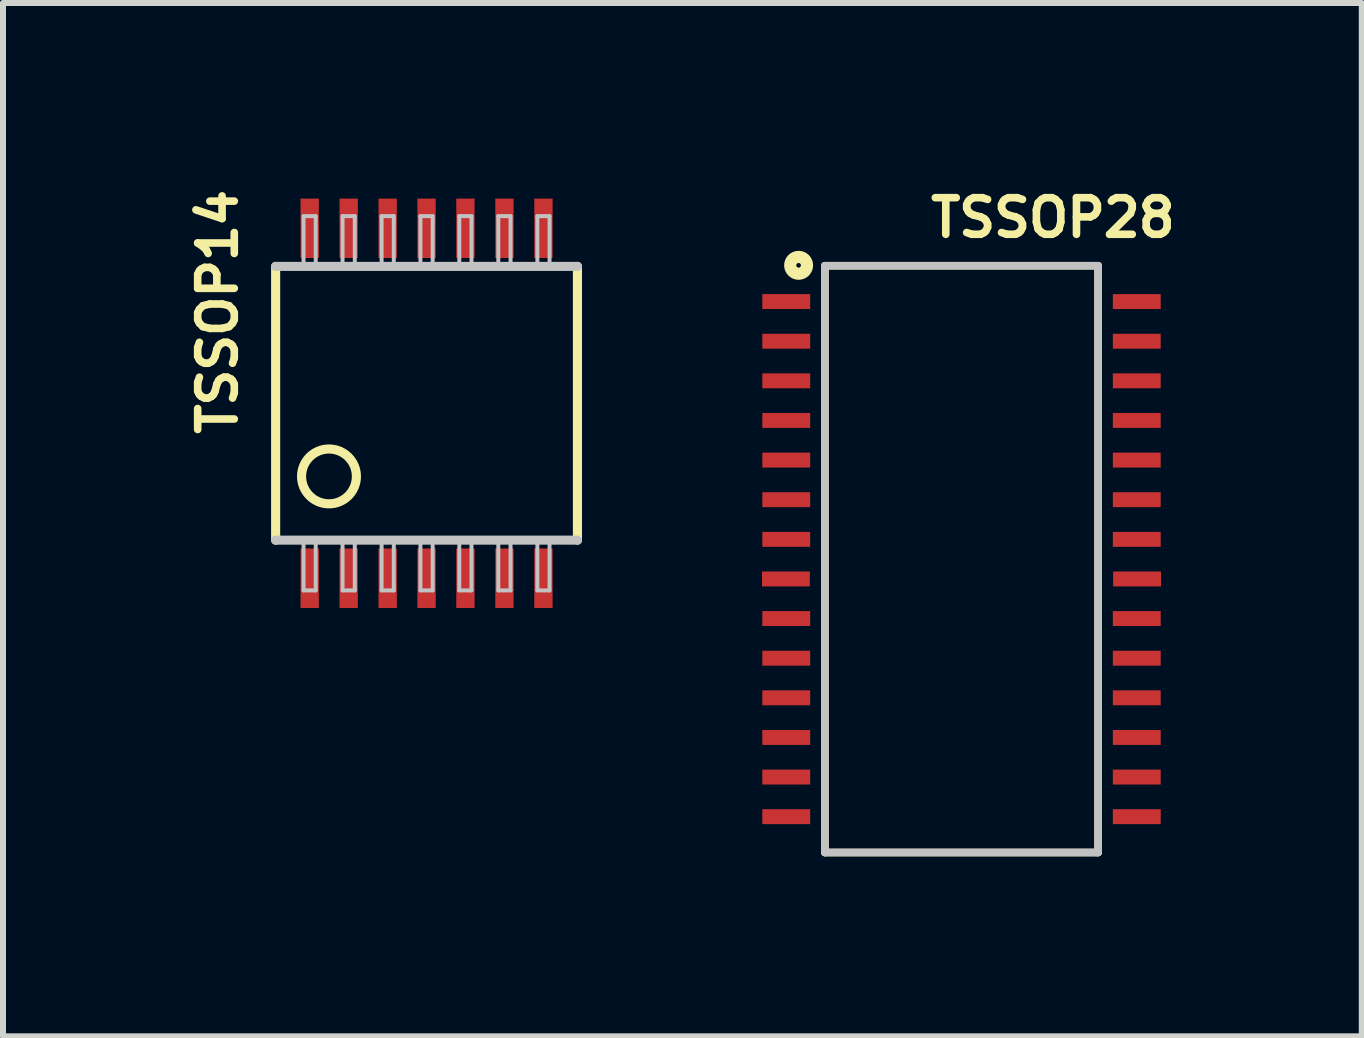
<source format=kicad_pcb>
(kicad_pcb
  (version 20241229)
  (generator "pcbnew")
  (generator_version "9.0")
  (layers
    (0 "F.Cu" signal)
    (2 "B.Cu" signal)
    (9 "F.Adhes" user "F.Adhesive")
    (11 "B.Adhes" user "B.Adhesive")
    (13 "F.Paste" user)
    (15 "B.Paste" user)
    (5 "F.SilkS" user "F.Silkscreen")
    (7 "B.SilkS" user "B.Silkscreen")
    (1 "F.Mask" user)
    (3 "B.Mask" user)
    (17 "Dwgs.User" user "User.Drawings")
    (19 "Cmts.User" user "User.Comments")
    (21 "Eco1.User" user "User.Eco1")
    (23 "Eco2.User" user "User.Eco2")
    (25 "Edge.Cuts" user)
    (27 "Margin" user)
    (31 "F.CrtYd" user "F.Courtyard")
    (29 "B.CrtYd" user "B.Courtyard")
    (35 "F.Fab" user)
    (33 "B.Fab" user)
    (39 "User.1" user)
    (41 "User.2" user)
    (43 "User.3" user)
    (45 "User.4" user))
  (footprint "TSSOP14"
    (layer "F.Cu")
    (at 4.059 3.671)
    (property "Reference" "TSSOP14" (at -3.48 -1.524 90) (layer "F.SilkS") (effects (font (size 0.61 0.61) (thickness 0.127))))
    (attr smd)
    (fp_line (start -2.515 2.281) (end -2.515 -2.281) (stroke (width 0.152) (type solid)) (layer "F.SilkS"))
    (fp_line (start 2.515 -2.281) (end 2.515 2.281) (stroke (width 0.152) (type solid)) (layer "F.SilkS"))
    (fp_circle (center -1.626 1.219) (end -1.626 0.762) (stroke (width 0.152) (type solid)) (fill no) (layer "F.SilkS"))
    (fp_line (start -2.515 2.281) (end 2.515 2.281) (stroke (width 0.152) (type solid)) (layer "Dwgs.User"))
    (fp_line (start -2.05 -3.119) (end -1.847 -3.119) (stroke (width 0.066) (type solid)) (layer "Dwgs.User"))
    (fp_line (start -2.05 -2.281) (end -2.05 -3.119) (stroke (width 0.066) (type solid)) (layer "Dwgs.User"))
    (fp_line (start -2.05 -2.281) (end -1.847 -2.281) (stroke (width 0.066) (type solid)) (layer "Dwgs.User"))
    (fp_line (start -2.05 2.281) (end -1.847 2.281) (stroke (width 0.066) (type solid)) (layer "Dwgs.User"))
    (fp_line (start -2.05 3.119) (end -2.05 2.281) (stroke (width 0.066) (type solid)) (layer "Dwgs.User"))
    (fp_line (start -2.05 3.119) (end -1.847 3.119) (stroke (width 0.066) (type solid)) (layer "Dwgs.User"))
    (fp_line (start -1.847 -2.281) (end -1.847 -3.119) (stroke (width 0.066) (type solid)) (layer "Dwgs.User"))
    (fp_line (start -1.847 3.119) (end -1.847 2.281) (stroke (width 0.066) (type solid)) (layer "Dwgs.User"))
    (fp_line (start -1.4 -3.119) (end -1.196 -3.119) (stroke (width 0.066) (type solid)) (layer "Dwgs.User"))
    (fp_line (start -1.4 -2.281) (end -1.4 -3.119) (stroke (width 0.066) (type solid)) (layer "Dwgs.User"))
    (fp_line (start -1.4 -2.281) (end -1.196 -2.281) (stroke (width 0.066) (type solid)) (layer "Dwgs.User"))
    (fp_line (start -1.4 2.281) (end -1.196 2.281) (stroke (width 0.066) (type solid)) (layer "Dwgs.User"))
    (fp_line (start -1.4 3.119) (end -1.4 2.281) (stroke (width 0.066) (type solid)) (layer "Dwgs.User"))
    (fp_line (start -1.4 3.119) (end -1.196 3.119) (stroke (width 0.066) (type solid)) (layer "Dwgs.User"))
    (fp_line (start -1.196 -2.281) (end -1.196 -3.119) (stroke (width 0.066) (type solid)) (layer "Dwgs.User"))
    (fp_line (start -1.196 3.119) (end -1.196 2.281) (stroke (width 0.066) (type solid)) (layer "Dwgs.User"))
    (fp_line (start -0.749 -3.119) (end -0.546 -3.119) (stroke (width 0.066) (type solid)) (layer "Dwgs.User"))
    (fp_line (start -0.749 -2.281) (end -0.749 -3.119) (stroke (width 0.066) (type solid)) (layer "Dwgs.User"))
    (fp_line (start -0.749 -2.281) (end -0.546 -2.281) (stroke (width 0.066) (type solid)) (layer "Dwgs.User"))
    (fp_line (start -0.749 2.281) (end -0.546 2.281) (stroke (width 0.066) (type solid)) (layer "Dwgs.User"))
    (fp_line (start -0.749 3.119) (end -0.749 2.281) (stroke (width 0.066) (type solid)) (layer "Dwgs.User"))
    (fp_line (start -0.749 3.119) (end -0.546 3.119) (stroke (width 0.066) (type solid)) (layer "Dwgs.User"))
    (fp_line (start -0.546 -2.281) (end -0.546 -3.119) (stroke (width 0.066) (type solid)) (layer "Dwgs.User"))
    (fp_line (start -0.546 3.119) (end -0.546 2.281) (stroke (width 0.066) (type solid)) (layer "Dwgs.User"))
    (fp_line (start -0.102 -3.119) (end 0.102 -3.119) (stroke (width 0.066) (type solid)) (layer "Dwgs.User"))
    (fp_line (start -0.102 -2.281) (end -0.102 -3.119) (stroke (width 0.066) (type solid)) (layer "Dwgs.User"))
    (fp_line (start -0.102 -2.281) (end 0.102 -2.281) (stroke (width 0.066) (type solid)) (layer "Dwgs.User"))
    (fp_line (start -0.102 2.281) (end 0.102 2.281) (stroke (width 0.066) (type solid)) (layer "Dwgs.User"))
    (fp_line (start -0.102 3.119) (end -0.102 2.281) (stroke (width 0.066) (type solid)) (layer "Dwgs.User"))
    (fp_line (start -0.102 3.119) (end 0.102 3.119) (stroke (width 0.066) (type solid)) (layer "Dwgs.User"))
    (fp_line (start 0.102 -2.281) (end 0.102 -3.119) (stroke (width 0.066) (type solid)) (layer "Dwgs.User"))
    (fp_line (start 0.102 3.119) (end 0.102 2.281) (stroke (width 0.066) (type solid)) (layer "Dwgs.User"))
    (fp_line (start 0.546 -3.119) (end 0.749 -3.119) (stroke (width 0.066) (type solid)) (layer "Dwgs.User"))
    (fp_line (start 0.546 -2.281) (end 0.546 -3.119) (stroke (width 0.066) (type solid)) (layer "Dwgs.User"))
    (fp_line (start 0.546 -2.281) (end 0.749 -2.281) (stroke (width 0.066) (type solid)) (layer "Dwgs.User"))
    (fp_line (start 0.546 2.281) (end 0.749 2.281) (stroke (width 0.066) (type solid)) (layer "Dwgs.User"))
    (fp_line (start 0.546 3.119) (end 0.546 2.281) (stroke (width 0.066) (type solid)) (layer "Dwgs.User"))
    (fp_line (start 0.546 3.119) (end 0.749 3.119) (stroke (width 0.066) (type solid)) (layer "Dwgs.User"))
    (fp_line (start 0.749 -2.281) (end 0.749 -3.119) (stroke (width 0.066) (type solid)) (layer "Dwgs.User"))
    (fp_line (start 0.749 3.119) (end 0.749 2.281) (stroke (width 0.066) (type solid)) (layer "Dwgs.User"))
    (fp_line (start 1.196 -3.119) (end 1.4 -3.119) (stroke (width 0.066) (type solid)) (layer "Dwgs.User"))
    (fp_line (start 1.196 -2.281) (end 1.196 -3.119) (stroke (width 0.066) (type solid)) (layer "Dwgs.User"))
    (fp_line (start 1.196 -2.281) (end 1.4 -2.281) (stroke (width 0.066) (type solid)) (layer "Dwgs.User"))
    (fp_line (start 1.196 2.281) (end 1.4 2.281) (stroke (width 0.066) (type solid)) (layer "Dwgs.User"))
    (fp_line (start 1.196 3.119) (end 1.196 2.281) (stroke (width 0.066) (type solid)) (layer "Dwgs.User"))
    (fp_line (start 1.196 3.119) (end 1.4 3.119) (stroke (width 0.066) (type solid)) (layer "Dwgs.User"))
    (fp_line (start 1.4 -2.281) (end 1.4 -3.119) (stroke (width 0.066) (type solid)) (layer "Dwgs.User"))
    (fp_line (start 1.4 3.119) (end 1.4 2.281) (stroke (width 0.066) (type solid)) (layer "Dwgs.User"))
    (fp_line (start 1.847 -3.119) (end 2.05 -3.119) (stroke (width 0.066) (type solid)) (layer "Dwgs.User"))
    (fp_line (start 1.847 -2.281) (end 1.847 -3.119) (stroke (width 0.066) (type solid)) (layer "Dwgs.User"))
    (fp_line (start 1.847 -2.281) (end 2.05 -2.281) (stroke (width 0.066) (type solid)) (layer "Dwgs.User"))
    (fp_line (start 1.847 2.281) (end 2.05 2.281) (stroke (width 0.066) (type solid)) (layer "Dwgs.User"))
    (fp_line (start 1.847 3.119) (end 1.847 2.281) (stroke (width 0.066) (type solid)) (layer "Dwgs.User"))
    (fp_line (start 1.847 3.119) (end 2.05 3.119) (stroke (width 0.066) (type solid)) (layer "Dwgs.User"))
    (fp_line (start 2.05 -2.281) (end 2.05 -3.119) (stroke (width 0.066) (type solid)) (layer "Dwgs.User"))
    (fp_line (start 2.05 3.119) (end 2.05 2.281) (stroke (width 0.066) (type solid)) (layer "Dwgs.User"))
    (fp_line (start 2.515 -2.281) (end -2.515 -2.281) (stroke (width 0.152) (type solid)) (layer "Dwgs.User"))
    (pad "1" smd rect (at -1.948 2.916) (size 0.305 0.991) (layers "F.Cu" "F.Mask" "F.Paste"))
    (pad "2" smd rect (at -1.298 2.916) (size 0.305 0.991) (layers "F.Cu" "F.Mask" "F.Paste"))
    (pad "3" smd rect (at -0.648 2.916) (size 0.305 0.991) (layers "F.Cu" "F.Mask" "F.Paste"))
    (pad "4" smd rect (at 0 2.916) (size 0.305 0.991) (layers "F.Cu" "F.Mask" "F.Paste"))
    (pad "5" smd rect (at 0.648 2.916) (size 0.305 0.991) (layers "F.Cu" "F.Mask" "F.Paste"))
    (pad "6" smd rect (at 1.298 2.916) (size 0.305 0.991) (layers "F.Cu" "F.Mask" "F.Paste"))
    (pad "7" smd rect (at 1.948 2.916) (size 0.305 0.991) (layers "F.Cu" "F.Mask" "F.Paste"))
    (pad "8" smd rect (at 1.948 -2.916) (size 0.305 0.991) (layers "F.Cu" "F.Mask" "F.Paste"))
    (pad "9" smd rect (at 1.298 -2.916) (size 0.305 0.991) (layers "F.Cu" "F.Mask" "F.Paste"))
    (pad "10" smd rect (at 0.648 -2.916) (size 0.305 0.991) (layers "F.Cu" "F.Mask" "F.Paste"))
    (pad "11" smd rect (at 0 -2.916) (size 0.305 0.991) (layers "F.Cu" "F.Mask" "F.Paste"))
    (pad "12" smd rect (at -0.648 -2.916) (size 0.305 0.991) (layers "F.Cu" "F.Mask" "F.Paste"))
    (pad "13" smd rect (at -1.298 -2.916) (size 0.305 0.991) (layers "F.Cu" "F.Mask" "F.Paste"))
    (pad "14" smd rect (at -1.948 -2.916) (size 0.305 0.991) (layers "F.Cu" "F.Mask" "F.Paste")))
  (footprint "TSSOP28"
    (layer "F.Cu")
    (at 12.975 6.599)
    (property "Reference" "TSSOP28" (at 1.524 -6.02 0) (layer "F.SilkS") (effects (font (size 0.61 0.61) (thickness 0.127))))
    (attr smd)
    (fp_line (start -2.276 -5.22) (end 2.276 -5.22) (stroke (width 0.127) (type solid)) (layer "F.SilkS"))
    (fp_line (start -2.276 4.559) (end -2.276 -5.22) (stroke (width 0.127) (type solid)) (layer "F.SilkS"))
    (fp_line (start 2.276 -5.22) (end 2.276 4.559) (stroke (width 0.127) (type solid)) (layer "F.SilkS"))
    (fp_line (start 2.276 4.559) (end -2.276 4.559) (stroke (width 0.127) (type solid)) (layer "F.SilkS"))
    (fp_circle (center -2.715 -5.227) (end -2.715 -5.367) (stroke (width 0.203) (type solid)) (fill no) (layer "F.SilkS"))
    (fp_line (start -2.276 -5.22) (end -2.276 4.559) (stroke (width 0.127) (type solid)) (layer "Dwgs.User"))
    (fp_line (start -2.276 4.559) (end 2.276 4.559) (stroke (width 0.127) (type solid)) (layer "Dwgs.User"))
    (fp_line (start 2.276 -5.22) (end -2.276 -5.22) (stroke (width 0.127) (type solid)) (layer "Dwgs.User"))
    (fp_line (start 2.276 4.559) (end 2.276 -5.22) (stroke (width 0.127) (type solid)) (layer "Dwgs.User"))
    (pad "1" smd rect (at -2.921 -4.623) (size 0.798 0.249) (layers "F.Cu" "F.Mask" "F.Paste"))
    (pad "2" smd rect (at -2.921 -3.962) (size 0.798 0.249) (layers "F.Cu" "F.Mask" "F.Paste"))
    (pad "3" smd rect (at -2.921 -3.302) (size 0.798 0.249) (layers "F.Cu" "F.Mask" "F.Paste"))
    (pad "4" smd rect (at -2.921 -2.642) (size 0.798 0.249) (layers "F.Cu" "F.Mask" "F.Paste"))
    (pad "5" smd rect (at -2.921 -1.981) (size 0.798 0.249) (layers "F.Cu" "F.Mask" "F.Paste"))
    (pad "6" smd rect (at -2.921 -1.321) (size 0.798 0.249) (layers "F.Cu" "F.Mask" "F.Paste"))
    (pad "7" smd rect (at -2.921 -0.66) (size 0.798 0.249) (layers "F.Cu" "F.Mask" "F.Paste"))
    (pad "8" smd rect (at -2.926 0) (size 0.798 0.249) (layers "F.Cu" "F.Mask" "F.Paste"))
    (pad "9" smd rect (at -2.921 0.66) (size 0.798 0.249) (layers "F.Cu" "F.Mask" "F.Paste"))
    (pad "10" smd rect (at -2.921 1.321) (size 0.798 0.249) (layers "F.Cu" "F.Mask" "F.Paste"))
    (pad "11" smd rect (at -2.921 1.981) (size 0.798 0.249) (layers "F.Cu" "F.Mask" "F.Paste"))
    (pad "12" smd rect (at -2.921 2.642) (size 0.798 0.249) (layers "F.Cu" "F.Mask" "F.Paste"))
    (pad "13" smd rect (at -2.921 3.302) (size 0.798 0.249) (layers "F.Cu" "F.Mask" "F.Paste"))
    (pad "14" smd rect (at -2.921 3.962) (size 0.798 0.249) (layers "F.Cu" "F.Mask" "F.Paste"))
    (pad "15" smd rect (at 2.921 3.962) (size 0.798 0.249) (layers "F.Cu" "F.Mask" "F.Paste"))
    (pad "16" smd rect (at 2.921 3.302) (size 0.798 0.249) (layers "F.Cu" "F.Mask" "F.Paste"))
    (pad "17" smd rect (at 2.921 2.642) (size 0.798 0.249) (layers "F.Cu" "F.Mask" "F.Paste"))
    (pad "18" smd rect (at 2.921 1.981) (size 0.798 0.249) (layers "F.Cu" "F.Mask" "F.Paste"))
    (pad "19" smd rect (at 2.921 1.321) (size 0.798 0.249) (layers "F.Cu" "F.Mask" "F.Paste"))
    (pad "20" smd rect (at 2.921 0.66) (size 0.798 0.249) (layers "F.Cu" "F.Mask" "F.Paste"))
    (pad "21" smd rect (at 2.926 0) (size 0.798 0.249) (layers "F.Cu" "F.Mask" "F.Paste"))
    (pad "22" smd rect (at 2.921 -0.66) (size 0.798 0.249) (layers "F.Cu" "F.Mask" "F.Paste"))
    (pad "23" smd rect (at 2.921 -1.321) (size 0.798 0.249) (layers "F.Cu" "F.Mask" "F.Paste"))
    (pad "24" smd rect (at 2.921 -1.981) (size 0.798 0.249) (layers "F.Cu" "F.Mask" "F.Paste"))
    (pad "25" smd rect (at 2.921 -2.642) (size 0.798 0.249) (layers "F.Cu" "F.Mask" "F.Paste"))
    (pad "26" smd rect (at 2.921 -3.302) (size 0.798 0.249) (layers "F.Cu" "F.Mask" "F.Paste"))
    (pad "27" smd rect (at 2.921 -3.962) (size 0.798 0.249) (layers "F.Cu" "F.Mask" "F.Paste"))
    (pad "28" smd rect (at 2.921 -4.623) (size 0.798 0.249) (layers "F.Cu" "F.Mask" "F.Paste")))
  (gr_rect
    (start -3 -3)
    (end 19.646 14.222)
    (stroke (width 0.1) (type default))
    (fill no)
    (layer "Edge.Cuts")))
</source>
